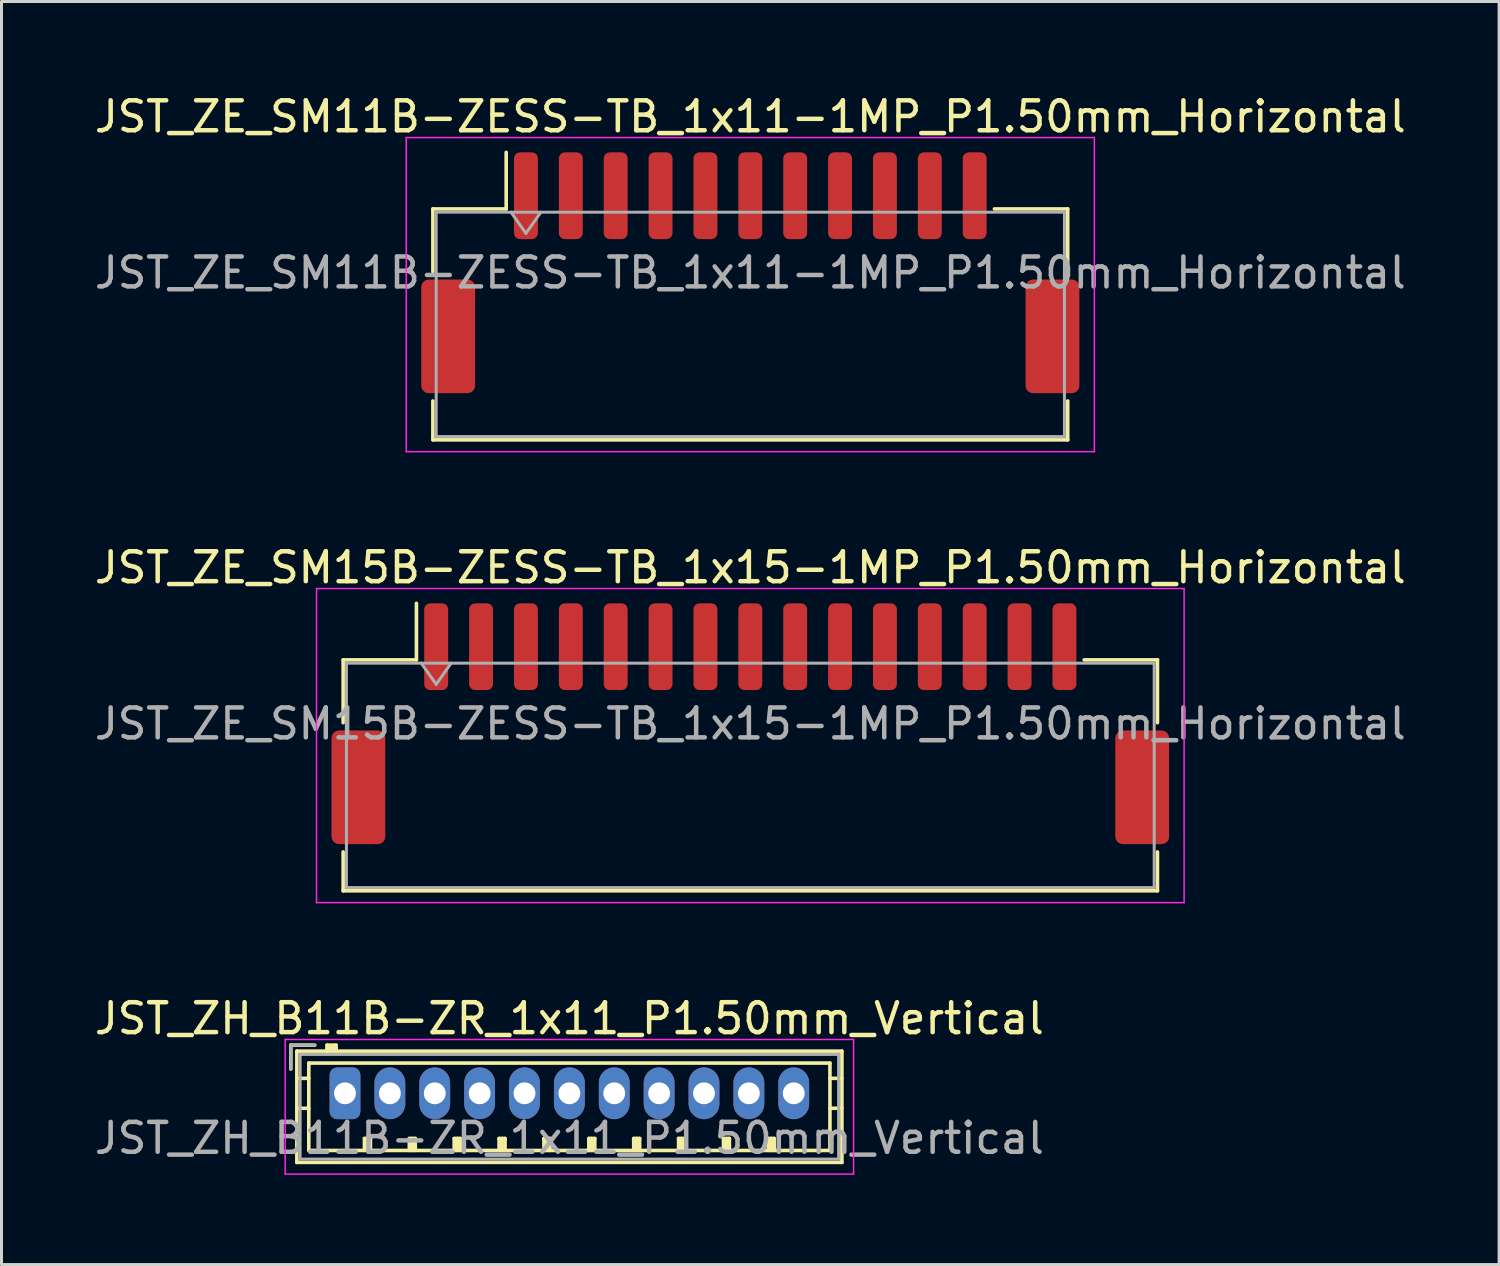
<source format=kicad_pcb>
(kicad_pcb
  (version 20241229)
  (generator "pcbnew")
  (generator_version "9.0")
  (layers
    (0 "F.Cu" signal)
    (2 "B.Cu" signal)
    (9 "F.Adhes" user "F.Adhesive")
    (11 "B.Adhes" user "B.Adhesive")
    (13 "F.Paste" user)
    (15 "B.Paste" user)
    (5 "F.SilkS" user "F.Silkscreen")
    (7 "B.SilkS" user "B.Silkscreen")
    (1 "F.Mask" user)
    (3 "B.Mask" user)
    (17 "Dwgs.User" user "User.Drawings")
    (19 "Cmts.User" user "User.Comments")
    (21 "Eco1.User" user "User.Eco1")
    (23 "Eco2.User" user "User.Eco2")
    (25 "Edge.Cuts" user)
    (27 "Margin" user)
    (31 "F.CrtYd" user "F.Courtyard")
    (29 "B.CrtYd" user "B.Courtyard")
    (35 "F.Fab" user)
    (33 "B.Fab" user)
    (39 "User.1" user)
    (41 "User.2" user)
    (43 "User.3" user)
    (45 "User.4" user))
  (footprint "JST_ZH_B11B-ZR_1x11_P1.50mm_Vertical"
    (layer "F.Cu")
    (at 8.482 33.495)
    (property "Reference" "JST_ZH_B11B-ZR_1x11_P1.50mm_Vertical" (at 7.5 -2.5 0) (layer "F.SilkS") (effects (font (size 1 1) (thickness 0.15))))
    (attr through_hole)
    (fp_line (start -1.81 -1.61) (end -1.81 -0.81) (stroke (width 0.12) (type solid)) (layer "F.SilkS"))
    (fp_line (start -1.61 -1.41) (end -1.61 2.31) (stroke (width 0.12) (type solid)) (layer "F.SilkS"))
    (fp_line (start -1.61 -0.5) (end -1.21 -0.5) (stroke (width 0.12) (type solid)) (layer "F.SilkS"))
    (fp_line (start -1.61 0.5) (end -1.21 0.5) (stroke (width 0.12) (type solid)) (layer "F.SilkS"))
    (fp_line (start -1.61 2.31) (end 16.61 2.31) (stroke (width 0.12) (type solid)) (layer "F.SilkS"))
    (fp_line (start -1.21 -1.01) (end -1.21 1.91) (stroke (width 0.12) (type solid)) (layer "F.SilkS"))
    (fp_line (start -1.21 1.91) (end 16.21 1.91) (stroke (width 0.12) (type solid)) (layer "F.SilkS"))
    (fp_line (start -1.01 -1.61) (end -1.81 -1.61) (stroke (width 0.12) (type solid)) (layer "F.SilkS"))
    (fp_line (start -0.6 -1.61) (end -0.6 -1.41) (stroke (width 0.12) (type solid)) (layer "F.SilkS"))
    (fp_line (start -0.3 -1.61) (end -0.6 -1.61) (stroke (width 0.12) (type solid)) (layer "F.SilkS"))
    (fp_line (start -0.3 -1.51) (end -0.6 -1.51) (stroke (width 0.12) (type solid)) (layer "F.SilkS"))
    (fp_line (start -0.3 -1.41) (end -0.3 -1.61) (stroke (width 0.12) (type solid)) (layer "F.SilkS"))
    (fp_line (start 0.65 1.51) (end 0.85 1.51) (stroke (width 0.12) (type solid)) (layer "F.SilkS"))
    (fp_line (start 0.65 1.91) (end 0.65 1.51) (stroke (width 0.12) (type solid)) (layer "F.SilkS"))
    (fp_line (start 0.75 1.91) (end 0.75 1.51) (stroke (width 0.12) (type solid)) (layer "F.SilkS"))
    (fp_line (start 0.85 1.51) (end 0.85 1.91) (stroke (width 0.12) (type solid)) (layer "F.SilkS"))
    (fp_line (start 2.15 1.51) (end 2.35 1.51) (stroke (width 0.12) (type solid)) (layer "F.SilkS"))
    (fp_line (start 2.15 1.91) (end 2.15 1.51) (stroke (width 0.12) (type solid)) (layer "F.SilkS"))
    (fp_line (start 2.25 1.91) (end 2.25 1.51) (stroke (width 0.12) (type solid)) (layer "F.SilkS"))
    (fp_line (start 2.35 1.51) (end 2.35 1.91) (stroke (width 0.12) (type solid)) (layer "F.SilkS"))
    (fp_line (start 3.65 1.51) (end 3.85 1.51) (stroke (width 0.12) (type solid)) (layer "F.SilkS"))
    (fp_line (start 3.65 1.91) (end 3.65 1.51) (stroke (width 0.12) (type solid)) (layer "F.SilkS"))
    (fp_line (start 3.75 1.91) (end 3.75 1.51) (stroke (width 0.12) (type solid)) (layer "F.SilkS"))
    (fp_line (start 3.85 1.51) (end 3.85 1.91) (stroke (width 0.12) (type solid)) (layer "F.SilkS"))
    (fp_line (start 5.15 1.51) (end 5.35 1.51) (stroke (width 0.12) (type solid)) (layer "F.SilkS"))
    (fp_line (start 5.15 1.91) (end 5.15 1.51) (stroke (width 0.12) (type solid)) (layer "F.SilkS"))
    (fp_line (start 5.25 1.91) (end 5.25 1.51) (stroke (width 0.12) (type solid)) (layer "F.SilkS"))
    (fp_line (start 5.35 1.51) (end 5.35 1.91) (stroke (width 0.12) (type solid)) (layer "F.SilkS"))
    (fp_line (start 6.65 1.51) (end 6.85 1.51) (stroke (width 0.12) (type solid)) (layer "F.SilkS"))
    (fp_line (start 6.65 1.91) (end 6.65 1.51) (stroke (width 0.12) (type solid)) (layer "F.SilkS"))
    (fp_line (start 6.75 1.91) (end 6.75 1.51) (stroke (width 0.12) (type solid)) (layer "F.SilkS"))
    (fp_line (start 6.85 1.51) (end 6.85 1.91) (stroke (width 0.12) (type solid)) (layer "F.SilkS"))
    (fp_line (start 8.15 1.51) (end 8.35 1.51) (stroke (width 0.12) (type solid)) (layer "F.SilkS"))
    (fp_line (start 8.15 1.91) (end 8.15 1.51) (stroke (width 0.12) (type solid)) (layer "F.SilkS"))
    (fp_line (start 8.25 1.91) (end 8.25 1.51) (stroke (width 0.12) (type solid)) (layer "F.SilkS"))
    (fp_line (start 8.35 1.51) (end 8.35 1.91) (stroke (width 0.12) (type solid)) (layer "F.SilkS"))
    (fp_line (start 9.65 1.51) (end 9.85 1.51) (stroke (width 0.12) (type solid)) (layer "F.SilkS"))
    (fp_line (start 9.65 1.91) (end 9.65 1.51) (stroke (width 0.12) (type solid)) (layer "F.SilkS"))
    (fp_line (start 9.75 1.91) (end 9.75 1.51) (stroke (width 0.12) (type solid)) (layer "F.SilkS"))
    (fp_line (start 9.85 1.51) (end 9.85 1.91) (stroke (width 0.12) (type solid)) (layer "F.SilkS"))
    (fp_line (start 11.15 1.51) (end 11.35 1.51) (stroke (width 0.12) (type solid)) (layer "F.SilkS"))
    (fp_line (start 11.15 1.91) (end 11.15 1.51) (stroke (width 0.12) (type solid)) (layer "F.SilkS"))
    (fp_line (start 11.25 1.91) (end 11.25 1.51) (stroke (width 0.12) (type solid)) (layer "F.SilkS"))
    (fp_line (start 11.35 1.51) (end 11.35 1.91) (stroke (width 0.12) (type solid)) (layer "F.SilkS"))
    (fp_line (start 12.65 1.51) (end 12.85 1.51) (stroke (width 0.12) (type solid)) (layer "F.SilkS"))
    (fp_line (start 12.65 1.91) (end 12.65 1.51) (stroke (width 0.12) (type solid)) (layer "F.SilkS"))
    (fp_line (start 12.75 1.91) (end 12.75 1.51) (stroke (width 0.12) (type solid)) (layer "F.SilkS"))
    (fp_line (start 12.85 1.51) (end 12.85 1.91) (stroke (width 0.12) (type solid)) (layer "F.SilkS"))
    (fp_line (start 14.15 1.51) (end 14.35 1.51) (stroke (width 0.12) (type solid)) (layer "F.SilkS"))
    (fp_line (start 14.15 1.91) (end 14.15 1.51) (stroke (width 0.12) (type solid)) (layer "F.SilkS"))
    (fp_line (start 14.25 1.91) (end 14.25 1.51) (stroke (width 0.12) (type solid)) (layer "F.SilkS"))
    (fp_line (start 14.35 1.51) (end 14.35 1.91) (stroke (width 0.12) (type solid)) (layer "F.SilkS"))
    (fp_line (start 16.21 -1.01) (end -1.21 -1.01) (stroke (width 0.12) (type solid)) (layer "F.SilkS"))
    (fp_line (start 16.21 1.91) (end 16.21 -1.01) (stroke (width 0.12) (type solid)) (layer "F.SilkS"))
    (fp_line (start 16.61 -1.41) (end -1.61 -1.41) (stroke (width 0.12) (type solid)) (layer "F.SilkS"))
    (fp_line (start 16.61 -0.5) (end 16.21 -0.5) (stroke (width 0.12) (type solid)) (layer "F.SilkS"))
    (fp_line (start 16.61 0.5) (end 16.21 0.5) (stroke (width 0.12) (type solid)) (layer "F.SilkS"))
    (fp_line (start 16.61 2.31) (end 16.61 -1.41) (stroke (width 0.12) (type solid)) (layer "F.SilkS"))
    (fp_line (start -2 -1.8) (end -2 2.7) (stroke (width 0.05) (type solid)) (layer "F.CrtYd"))
    (fp_line (start -2 2.7) (end 17 2.7) (stroke (width 0.05) (type solid)) (layer "F.CrtYd"))
    (fp_line (start 17 -1.8) (end -2 -1.8) (stroke (width 0.05) (type solid)) (layer "F.CrtYd"))
    (fp_line (start 17 2.7) (end 17 -1.8) (stroke (width 0.05) (type solid)) (layer "F.CrtYd"))
    (fp_line (start -1.81 -1.61) (end -1.81 -0.81) (stroke (width 0.1) (type solid)) (layer "F.Fab"))
    (fp_line (start -1.5 -1.3) (end -1.5 2.2) (stroke (width 0.1) (type solid)) (layer "F.Fab"))
    (fp_line (start -1.5 2.2) (end 16.5 2.2) (stroke (width 0.1) (type solid)) (layer "F.Fab"))
    (fp_line (start -1.01 -1.61) (end -1.81 -1.61) (stroke (width 0.1) (type solid)) (layer "F.Fab"))
    (fp_line (start 16.5 -1.3) (end -1.5 -1.3) (stroke (width 0.1) (type solid)) (layer "F.Fab"))
    (fp_line (start 16.5 2.2) (end 16.5 -1.3) (stroke (width 0.1) (type solid)) (layer "F.Fab"))
    (fp_text user "${REFERENCE}" (at 7.5 1.5 0) (layer "F.Fab") (effects (font (size 1 1) (thickness 0.15))))
    (pad "1" thru_hole roundrect (at 0 0) (size 1.03 1.73) (drill 0.73) (layers "*.Cu" "*.Mask") (roundrect_rratio 0.243))
    (pad "2" thru_hole oval (at 1.5 0) (size 1.03 1.73) (drill 0.73) (layers "*.Cu" "*.Mask"))
    (pad "3" thru_hole oval (at 3 0) (size 1.03 1.73) (drill 0.73) (layers "*.Cu" "*.Mask"))
    (pad "4" thru_hole oval (at 4.5 0) (size 1.03 1.73) (drill 0.73) (layers "*.Cu" "*.Mask"))
    (pad "5" thru_hole oval (at 6 0) (size 1.03 1.73) (drill 0.73) (layers "*.Cu" "*.Mask"))
    (pad "6" thru_hole oval (at 7.5 0) (size 1.03 1.73) (drill 0.73) (layers "*.Cu" "*.Mask"))
    (pad "7" thru_hole oval (at 9 0) (size 1.03 1.73) (drill 0.73) (layers "*.Cu" "*.Mask"))
    (pad "8" thru_hole oval (at 10.5 0) (size 1.03 1.73) (drill 0.73) (layers "*.Cu" "*.Mask"))
    (pad "9" thru_hole oval (at 12 0) (size 1.03 1.73) (drill 0.73) (layers "*.Cu" "*.Mask"))
    (pad "10" thru_hole oval (at 13.5 0) (size 1.03 1.73) (drill 0.73) (layers "*.Cu" "*.Mask"))
    (pad "11" thru_hole oval (at 15 0) (size 1.03 1.73) (drill 0.73) (layers "*.Cu" "*.Mask")))
  (footprint "JST_ZE_SM15B-ZESS-TB_1x15-1MP_P1.50mm_Horizontal"
    (layer "F.Cu")
    (at 22.03 21.142)
    (property "Reference" "JST_ZE_SM15B-ZESS-TB_1x15-1MP_P1.50mm_Horizontal" (at 0 -5.22 0) (layer "F.SilkS") (effects (font (size 1 1) (thickness 0.15))))
    (attr smd)
    (fp_line (start -13.61 -2.135) (end -11.16 -2.135) (stroke (width 0.12) (type solid)) (layer "F.SilkS"))
    (fp_line (start -13.61 -0.035) (end -13.61 -2.135) (stroke (width 0.12) (type solid)) (layer "F.SilkS"))
    (fp_line (start -13.61 4.285) (end -13.61 5.585) (stroke (width 0.12) (type solid)) (layer "F.SilkS"))
    (fp_line (start -13.61 5.585) (end 13.61 5.585) (stroke (width 0.12) (type solid)) (layer "F.SilkS"))
    (fp_line (start -11.16 -2.135) (end -11.16 -4.025) (stroke (width 0.12) (type solid)) (layer "F.SilkS"))
    (fp_line (start 13.61 -2.135) (end 11.16 -2.135) (stroke (width 0.12) (type solid)) (layer "F.SilkS"))
    (fp_line (start 13.61 -0.035) (end 13.61 -2.135) (stroke (width 0.12) (type solid)) (layer "F.SilkS"))
    (fp_line (start 13.61 5.585) (end 13.61 4.285) (stroke (width 0.12) (type solid)) (layer "F.SilkS"))
    (fp_line (start -14.5 -4.52) (end -14.5 5.98) (stroke (width 0.05) (type solid)) (layer "F.CrtYd"))
    (fp_line (start -14.5 5.98) (end 14.5 5.98) (stroke (width 0.05) (type solid)) (layer "F.CrtYd"))
    (fp_line (start 14.5 -4.52) (end -14.5 -4.52) (stroke (width 0.05) (type solid)) (layer "F.CrtYd"))
    (fp_line (start 14.5 5.98) (end 14.5 -4.52) (stroke (width 0.05) (type solid)) (layer "F.CrtYd"))
    (fp_line (start -13.5 -2.025) (end -13.5 5.475) (stroke (width 0.1) (type solid)) (layer "F.Fab"))
    (fp_line (start -13.5 -2.025) (end 13.5 -2.025) (stroke (width 0.1) (type solid)) (layer "F.Fab"))
    (fp_line (start -13.5 5.475) (end 13.5 5.475) (stroke (width 0.1) (type solid)) (layer "F.Fab"))
    (fp_line (start -11 -2.025) (end -10.5 -1.318) (stroke (width 0.1) (type solid)) (layer "F.Fab"))
    (fp_line (start -10.5 -1.318) (end -10 -2.025) (stroke (width 0.1) (type solid)) (layer "F.Fab"))
    (fp_line (start 13.5 -2.025) (end 13.5 5.475) (stroke (width 0.1) (type solid)) (layer "F.Fab"))
    (fp_text user "${REFERENCE}" (at 0 0 0) (layer "F.Fab") (effects (font (size 1 1) (thickness 0.15))))
    (pad "1" smd roundrect (at -10.5 -2.575) (size 0.8 2.9) (layers "F.Cu" "F.Mask" "F.Paste") (roundrect_rratio 0.25))
    (pad "2" smd roundrect (at -9 -2.575) (size 0.8 2.9) (layers "F.Cu" "F.Mask" "F.Paste") (roundrect_rratio 0.25))
    (pad "3" smd roundrect (at -7.5 -2.575) (size 0.8 2.9) (layers "F.Cu" "F.Mask" "F.Paste") (roundrect_rratio 0.25))
    (pad "4" smd roundrect (at -6 -2.575) (size 0.8 2.9) (layers "F.Cu" "F.Mask" "F.Paste") (roundrect_rratio 0.25))
    (pad "5" smd roundrect (at -4.5 -2.575) (size 0.8 2.9) (layers "F.Cu" "F.Mask" "F.Paste") (roundrect_rratio 0.25))
    (pad "6" smd roundrect (at -3 -2.575) (size 0.8 2.9) (layers "F.Cu" "F.Mask" "F.Paste") (roundrect_rratio 0.25))
    (pad "7" smd roundrect (at -1.5 -2.575) (size 0.8 2.9) (layers "F.Cu" "F.Mask" "F.Paste") (roundrect_rratio 0.25))
    (pad "8" smd roundrect (at 0 -2.575) (size 0.8 2.9) (layers "F.Cu" "F.Mask" "F.Paste") (roundrect_rratio 0.25))
    (pad "9" smd roundrect (at 1.5 -2.575) (size 0.8 2.9) (layers "F.Cu" "F.Mask" "F.Paste") (roundrect_rratio 0.25))
    (pad "10" smd roundrect (at 3 -2.575) (size 0.8 2.9) (layers "F.Cu" "F.Mask" "F.Paste") (roundrect_rratio 0.25))
    (pad "11" smd roundrect (at 4.5 -2.575) (size 0.8 2.9) (layers "F.Cu" "F.Mask" "F.Paste") (roundrect_rratio 0.25))
    (pad "12" smd roundrect (at 6 -2.575) (size 0.8 2.9) (layers "F.Cu" "F.Mask" "F.Paste") (roundrect_rratio 0.25))
    (pad "13" smd roundrect (at 7.5 -2.575) (size 0.8 2.9) (layers "F.Cu" "F.Mask" "F.Paste") (roundrect_rratio 0.25))
    (pad "14" smd roundrect (at 9 -2.575) (size 0.8 2.9) (layers "F.Cu" "F.Mask" "F.Paste") (roundrect_rratio 0.25))
    (pad "15" smd roundrect (at 10.5 -2.575) (size 0.8 2.9) (layers "F.Cu" "F.Mask" "F.Paste") (roundrect_rratio 0.25))
    (pad "MP" smd roundrect (at -13.1 2.125) (size 1.8 3.8) (layers "F.Cu" "F.Mask" "F.Paste") (roundrect_rratio 0.139))
    (pad "MP" smd roundrect (at 13.1 2.125) (size 1.8 3.8) (layers "F.Cu" "F.Mask" "F.Paste") (roundrect_rratio 0.139)))
  (footprint "JST_ZE_SM11B-ZESS-TB_1x11-1MP_P1.50mm_Horizontal"
    (layer "F.Cu")
    (at 22.03 6.068)
    (property "Reference" "JST_ZE_SM11B-ZESS-TB_1x11-1MP_P1.50mm_Horizontal" (at 0 -5.22 0) (layer "F.SilkS") (effects (font (size 1 1) (thickness 0.15))))
    (attr smd)
    (fp_line (start -10.61 -2.135) (end -8.16 -2.135) (stroke (width 0.12) (type solid)) (layer "F.SilkS"))
    (fp_line (start -10.61 -0.035) (end -10.61 -2.135) (stroke (width 0.12) (type solid)) (layer "F.SilkS"))
    (fp_line (start -10.61 4.285) (end -10.61 5.585) (stroke (width 0.12) (type solid)) (layer "F.SilkS"))
    (fp_line (start -10.61 5.585) (end 10.61 5.585) (stroke (width 0.12) (type solid)) (layer "F.SilkS"))
    (fp_line (start -8.16 -2.135) (end -8.16 -4.025) (stroke (width 0.12) (type solid)) (layer "F.SilkS"))
    (fp_line (start 10.61 -2.135) (end 8.16 -2.135) (stroke (width 0.12) (type solid)) (layer "F.SilkS"))
    (fp_line (start 10.61 -0.035) (end 10.61 -2.135) (stroke (width 0.12) (type solid)) (layer "F.SilkS"))
    (fp_line (start 10.61 5.585) (end 10.61 4.285) (stroke (width 0.12) (type solid)) (layer "F.SilkS"))
    (fp_line (start -11.5 -4.52) (end -11.5 5.98) (stroke (width 0.05) (type solid)) (layer "F.CrtYd"))
    (fp_line (start -11.5 5.98) (end 11.5 5.98) (stroke (width 0.05) (type solid)) (layer "F.CrtYd"))
    (fp_line (start 11.5 -4.52) (end -11.5 -4.52) (stroke (width 0.05) (type solid)) (layer "F.CrtYd"))
    (fp_line (start 11.5 5.98) (end 11.5 -4.52) (stroke (width 0.05) (type solid)) (layer "F.CrtYd"))
    (fp_line (start -10.5 -2.025) (end -10.5 5.475) (stroke (width 0.1) (type solid)) (layer "F.Fab"))
    (fp_line (start -10.5 -2.025) (end 10.5 -2.025) (stroke (width 0.1) (type solid)) (layer "F.Fab"))
    (fp_line (start -10.5 5.475) (end 10.5 5.475) (stroke (width 0.1) (type solid)) (layer "F.Fab"))
    (fp_line (start -8 -2.025) (end -7.5 -1.318) (stroke (width 0.1) (type solid)) (layer "F.Fab"))
    (fp_line (start -7.5 -1.318) (end -7 -2.025) (stroke (width 0.1) (type solid)) (layer "F.Fab"))
    (fp_line (start 10.5 -2.025) (end 10.5 5.475) (stroke (width 0.1) (type solid)) (layer "F.Fab"))
    (fp_text user "${REFERENCE}" (at 0 0 0) (layer "F.Fab") (effects (font (size 1 1) (thickness 0.15))))
    (pad "1" smd roundrect (at -7.5 -2.575) (size 0.8 2.9) (layers "F.Cu" "F.Mask" "F.Paste") (roundrect_rratio 0.25))
    (pad "2" smd roundrect (at -6 -2.575) (size 0.8 2.9) (layers "F.Cu" "F.Mask" "F.Paste") (roundrect_rratio 0.25))
    (pad "3" smd roundrect (at -4.5 -2.575) (size 0.8 2.9) (layers "F.Cu" "F.Mask" "F.Paste") (roundrect_rratio 0.25))
    (pad "4" smd roundrect (at -3 -2.575) (size 0.8 2.9) (layers "F.Cu" "F.Mask" "F.Paste") (roundrect_rratio 0.25))
    (pad "5" smd roundrect (at -1.5 -2.575) (size 0.8 2.9) (layers "F.Cu" "F.Mask" "F.Paste") (roundrect_rratio 0.25))
    (pad "6" smd roundrect (at 0 -2.575) (size 0.8 2.9) (layers "F.Cu" "F.Mask" "F.Paste") (roundrect_rratio 0.25))
    (pad "7" smd roundrect (at 1.5 -2.575) (size 0.8 2.9) (layers "F.Cu" "F.Mask" "F.Paste") (roundrect_rratio 0.25))
    (pad "8" smd roundrect (at 3 -2.575) (size 0.8 2.9) (layers "F.Cu" "F.Mask" "F.Paste") (roundrect_rratio 0.25))
    (pad "9" smd roundrect (at 4.5 -2.575) (size 0.8 2.9) (layers "F.Cu" "F.Mask" "F.Paste") (roundrect_rratio 0.25))
    (pad "10" smd roundrect (at 6 -2.575) (size 0.8 2.9) (layers "F.Cu" "F.Mask" "F.Paste") (roundrect_rratio 0.25))
    (pad "11" smd roundrect (at 7.5 -2.575) (size 0.8 2.9) (layers "F.Cu" "F.Mask" "F.Paste") (roundrect_rratio 0.25))
    (pad "MP" smd roundrect (at -10.1 2.125) (size 1.8 3.8) (layers "F.Cu" "F.Mask" "F.Paste") (roundrect_rratio 0.139))
    (pad "MP" smd roundrect (at 10.1 2.125) (size 1.8 3.8) (layers "F.Cu" "F.Mask" "F.Paste") (roundrect_rratio 0.139)))
  (gr_rect
    (start -3 -3)
    (end 47.06 39.22)
    (stroke (width 0.1) (type default))
    (fill no)
    (layer "Edge.Cuts")))
</source>
